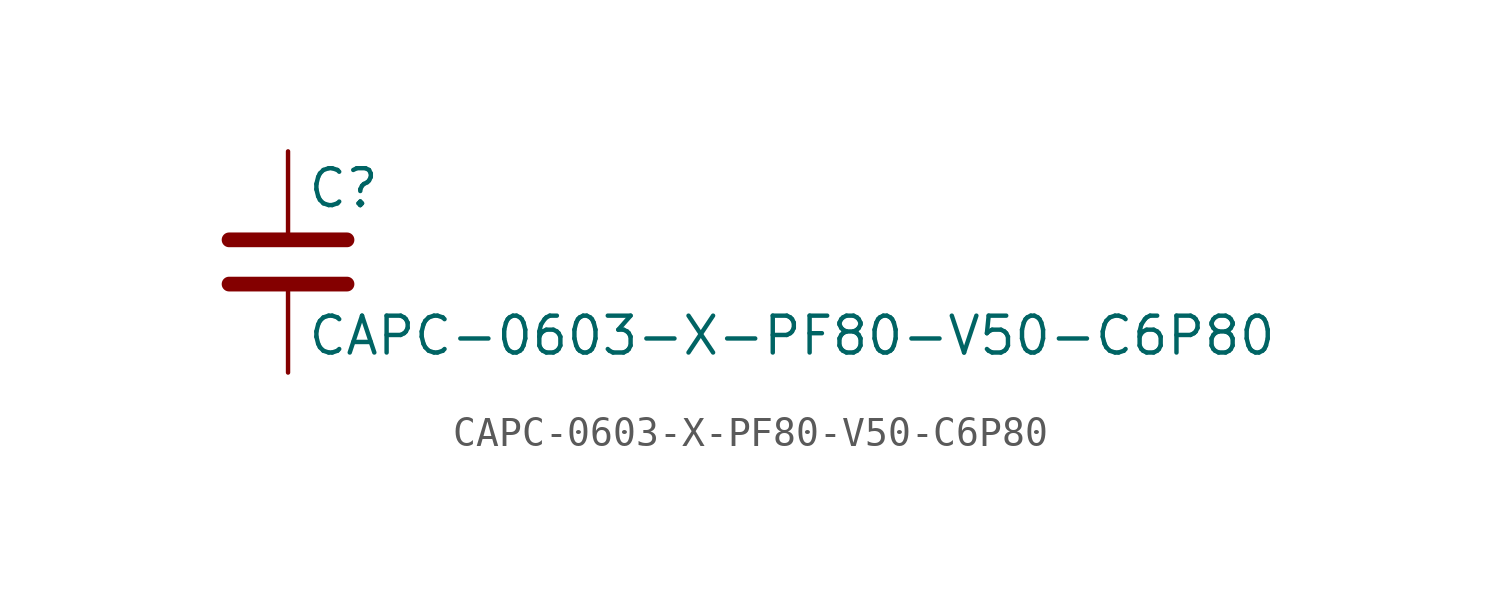
<source format=kicad_sym>
(kicad_symbol_lib
  (version 20211014)
  (generator kicad_symbol_editor)
  (symbol "CAPC-0603-X-PF80-V50-C6P80"
    (pin_numbers hide)
    (pin_names
      (offset 0.254))
    (property "Reference" "C"
      (at 0.635 2.54 0)
      (effects (font (size 1.27 1.27)) (justify left)))
    (property "Value" "CAPC-0603-X-PF80-V50-C6P80"
      (at 0.635 -2.54 0)
      (effects (font (size 1.27 1.27)) (justify left)))
    (symbol "CAPC-0603-X-PF80-V50-C6P80_0_1"
      (polyline (pts (xy -2.032 -0.762) (xy 2.032 -0.762)) (stroke (width 0.508) (type default) (color 0 0 0 0)) (fill (type none)))
      (polyline (pts (xy -2.032 0.762) (xy 2.032 0.762)) (stroke (width 0.508) (type default) (color 0 0 0 0)) (fill (type none))))
    (symbol "CAPC-0603-X-PF80-V50-C6P80_1_1"
      (pin passive line (at 0 3.81 270) (length 2.794) (name "~" (effects (font (size 1.27 1.27)))) (number "1" (effects (font (size 1.27 1.27)))))
      (pin passive line (at 0 -3.81 90) (length 2.794) (name "~" (effects (font (size 1.27 1.27)))) (number "2" (effects (font (size 1.27 1.27))))))))
</source>
